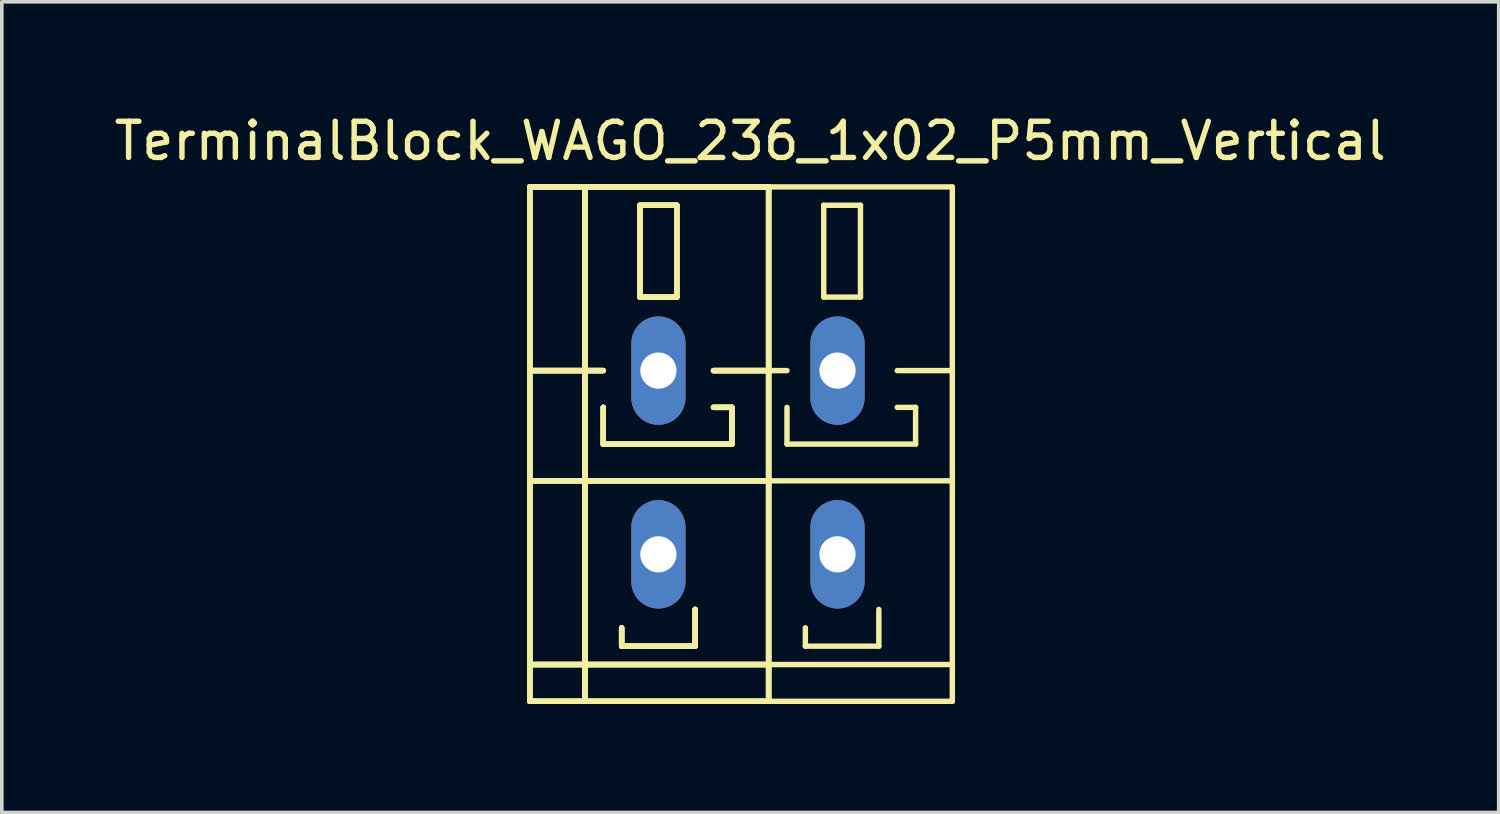
<source format=kicad_pcb>
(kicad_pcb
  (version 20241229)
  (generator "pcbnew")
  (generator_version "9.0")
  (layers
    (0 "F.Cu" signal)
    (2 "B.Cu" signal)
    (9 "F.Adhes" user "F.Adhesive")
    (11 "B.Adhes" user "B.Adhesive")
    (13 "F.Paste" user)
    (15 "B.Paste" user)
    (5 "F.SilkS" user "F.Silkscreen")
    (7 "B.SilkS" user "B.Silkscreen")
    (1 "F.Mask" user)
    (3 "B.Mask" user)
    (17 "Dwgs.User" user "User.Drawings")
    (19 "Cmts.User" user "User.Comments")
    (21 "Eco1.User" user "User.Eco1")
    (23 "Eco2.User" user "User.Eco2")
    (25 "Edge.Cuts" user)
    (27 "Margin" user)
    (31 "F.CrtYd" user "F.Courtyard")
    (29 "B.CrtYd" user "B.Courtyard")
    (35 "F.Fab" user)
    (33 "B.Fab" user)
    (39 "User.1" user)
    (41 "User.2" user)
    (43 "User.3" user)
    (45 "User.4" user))
  (footprint "TerminalBlock_WAGO_236_1x02_P5mm_Vertical"
    (layer "F.Cu")
    (at 17.696 9.738)
    (property "Reference" "TerminalBlock_WAGO_236_1x02_P5mm_Vertical" (at 0 -8.89 0) (layer "F.SilkS") (effects (font (size 1 1) (thickness 0.15))))
    (attr through_hole)
    (fp_line (start -6.096 -7.62) (end -4.572 -7.62) (stroke (width 0.15) (type solid)) (layer "F.SilkS"))
    (fp_line (start -6.096 -7.62) (end -4.572 -7.62) (stroke (width 0.15) (type solid)) (layer "F.SilkS"))
    (fp_line (start -6.096 -7.62) (end -4.572 -7.62) (stroke (width 0.15) (type solid)) (layer "F.SilkS"))
    (fp_line (start -6.096 -7.62) (end -4.572 -7.62) (stroke (width 0.15) (type solid)) (layer "F.SilkS"))
    (fp_line (start -6.096 -2.54) (end -4.064 -2.54) (stroke (width 0.15) (type solid)) (layer "F.SilkS"))
    (fp_line (start -6.096 -2.54) (end -4.064 -2.54) (stroke (width 0.15) (type solid)) (layer "F.SilkS"))
    (fp_line (start -6.096 -2.54) (end -4.064 -2.54) (stroke (width 0.15) (type solid)) (layer "F.SilkS"))
    (fp_line (start -6.096 -2.54) (end -4.064 -2.54) (stroke (width 0.15) (type solid)) (layer "F.SilkS"))
    (fp_line (start -6.096 0.508) (end 0.508 0.508) (stroke (width 0.15) (type solid)) (layer "F.SilkS"))
    (fp_line (start -6.096 0.508) (end 0.508 0.508) (stroke (width 0.15) (type solid)) (layer "F.SilkS"))
    (fp_line (start -6.096 0.508) (end 0.508 0.508) (stroke (width 0.15) (type solid)) (layer "F.SilkS"))
    (fp_line (start -6.096 0.508) (end 0.508 0.508) (stroke (width 0.15) (type solid)) (layer "F.SilkS"))
    (fp_line (start -6.096 5.588) (end 0.508 5.588) (stroke (width 0.15) (type solid)) (layer "F.SilkS"))
    (fp_line (start -6.096 5.588) (end 0.508 5.588) (stroke (width 0.15) (type solid)) (layer "F.SilkS"))
    (fp_line (start -6.096 5.588) (end 0.508 5.588) (stroke (width 0.15) (type solid)) (layer "F.SilkS"))
    (fp_line (start -6.096 5.588) (end 0.508 5.588) (stroke (width 0.15) (type solid)) (layer "F.SilkS"))
    (fp_line (start -6.096 6.604) (end -6.096 -7.62) (stroke (width 0.15) (type solid)) (layer "F.SilkS"))
    (fp_line (start -6.096 6.604) (end -6.096 -7.62) (stroke (width 0.15) (type solid)) (layer "F.SilkS"))
    (fp_line (start -6.096 6.604) (end -6.096 -7.62) (stroke (width 0.15) (type solid)) (layer "F.SilkS"))
    (fp_line (start -6.096 6.604) (end -6.096 -7.62) (stroke (width 0.15) (type solid)) (layer "F.SilkS"))
    (fp_line (start -4.572 -7.62) (end -2.54 -7.62) (stroke (width 0.15) (type solid)) (layer "F.SilkS"))
    (fp_line (start -4.572 -7.62) (end -2.54 -7.62) (stroke (width 0.15) (type solid)) (layer "F.SilkS"))
    (fp_line (start -4.572 -7.62) (end -2.54 -7.62) (stroke (width 0.15) (type solid)) (layer "F.SilkS"))
    (fp_line (start -4.572 -7.62) (end -2.54 -7.62) (stroke (width 0.15) (type solid)) (layer "F.SilkS"))
    (fp_line (start -4.572 6.604) (end -6.096 6.604) (stroke (width 0.15) (type solid)) (layer "F.SilkS"))
    (fp_line (start -4.572 6.604) (end -6.096 6.604) (stroke (width 0.15) (type solid)) (layer "F.SilkS"))
    (fp_line (start -4.572 6.604) (end -6.096 6.604) (stroke (width 0.15) (type solid)) (layer "F.SilkS"))
    (fp_line (start -4.572 6.604) (end -6.096 6.604) (stroke (width 0.15) (type solid)) (layer "F.SilkS"))
    (fp_line (start -4.572 6.604) (end -4.572 -7.62) (stroke (width 0.15) (type solid)) (layer "F.SilkS"))
    (fp_line (start -4.572 6.604) (end -4.572 -7.62) (stroke (width 0.15) (type solid)) (layer "F.SilkS"))
    (fp_line (start -4.572 6.604) (end -4.572 -7.62) (stroke (width 0.15) (type solid)) (layer "F.SilkS"))
    (fp_line (start -4.572 6.604) (end -4.572 -7.62) (stroke (width 0.15) (type solid)) (layer "F.SilkS"))
    (fp_line (start -4.064 -1.524) (end -4.064 -0.508) (stroke (width 0.15) (type solid)) (layer "F.SilkS"))
    (fp_line (start -4.064 -1.524) (end -4.064 -0.508) (stroke (width 0.15) (type solid)) (layer "F.SilkS"))
    (fp_line (start -4.064 -1.524) (end -4.064 -0.508) (stroke (width 0.15) (type solid)) (layer "F.SilkS"))
    (fp_line (start -4.064 -1.524) (end -4.064 -0.508) (stroke (width 0.15) (type solid)) (layer "F.SilkS"))
    (fp_line (start -4.064 -0.508) (end -0.508 -0.508) (stroke (width 0.15) (type solid)) (layer "F.SilkS"))
    (fp_line (start -4.064 -0.508) (end -0.508 -0.508) (stroke (width 0.15) (type solid)) (layer "F.SilkS"))
    (fp_line (start -4.064 -0.508) (end -0.508 -0.508) (stroke (width 0.15) (type solid)) (layer "F.SilkS"))
    (fp_line (start -4.064 -0.508) (end -0.508 -0.508) (stroke (width 0.15) (type solid)) (layer "F.SilkS"))
    (fp_line (start -3.556 4.572) (end -3.556 5.08) (stroke (width 0.15) (type solid)) (layer "F.SilkS"))
    (fp_line (start -3.556 4.572) (end -3.556 5.08) (stroke (width 0.15) (type solid)) (layer "F.SilkS"))
    (fp_line (start -3.556 4.572) (end -3.556 5.08) (stroke (width 0.15) (type solid)) (layer "F.SilkS"))
    (fp_line (start -3.556 4.572) (end -3.556 5.08) (stroke (width 0.15) (type solid)) (layer "F.SilkS"))
    (fp_line (start -3.556 5.08) (end -1.524 5.08) (stroke (width 0.15) (type solid)) (layer "F.SilkS"))
    (fp_line (start -3.556 5.08) (end -1.524 5.08) (stroke (width 0.15) (type solid)) (layer "F.SilkS"))
    (fp_line (start -3.556 5.08) (end -1.524 5.08) (stroke (width 0.15) (type solid)) (layer "F.SilkS"))
    (fp_line (start -3.556 5.08) (end -1.524 5.08) (stroke (width 0.15) (type solid)) (layer "F.SilkS"))
    (fp_line (start -3.048 -7.112) (end -2.032 -7.112) (stroke (width 0.15) (type solid)) (layer "F.SilkS"))
    (fp_line (start -3.048 -7.112) (end -2.032 -7.112) (stroke (width 0.15) (type solid)) (layer "F.SilkS"))
    (fp_line (start -3.048 -7.112) (end -2.032 -7.112) (stroke (width 0.15) (type solid)) (layer "F.SilkS"))
    (fp_line (start -3.048 -7.112) (end -2.032 -7.112) (stroke (width 0.15) (type solid)) (layer "F.SilkS"))
    (fp_line (start -3.048 -4.572) (end -3.048 -7.112) (stroke (width 0.15) (type solid)) (layer "F.SilkS"))
    (fp_line (start -3.048 -4.572) (end -3.048 -7.112) (stroke (width 0.15) (type solid)) (layer "F.SilkS"))
    (fp_line (start -3.048 -4.572) (end -3.048 -7.112) (stroke (width 0.15) (type solid)) (layer "F.SilkS"))
    (fp_line (start -3.048 -4.572) (end -3.048 -7.112) (stroke (width 0.15) (type solid)) (layer "F.SilkS"))
    (fp_line (start -2.54 -7.62) (end 0.508 -7.62) (stroke (width 0.15) (type solid)) (layer "F.SilkS"))
    (fp_line (start -2.54 -7.62) (end 0.508 -7.62) (stroke (width 0.15) (type solid)) (layer "F.SilkS"))
    (fp_line (start -2.54 -7.62) (end 0.508 -7.62) (stroke (width 0.15) (type solid)) (layer "F.SilkS"))
    (fp_line (start -2.54 -7.62) (end 0.508 -7.62) (stroke (width 0.15) (type solid)) (layer "F.SilkS"))
    (fp_line (start -2.032 -7.112) (end -2.032 -4.572) (stroke (width 0.15) (type solid)) (layer "F.SilkS"))
    (fp_line (start -2.032 -7.112) (end -2.032 -4.572) (stroke (width 0.15) (type solid)) (layer "F.SilkS"))
    (fp_line (start -2.032 -7.112) (end -2.032 -4.572) (stroke (width 0.15) (type solid)) (layer "F.SilkS"))
    (fp_line (start -2.032 -7.112) (end -2.032 -4.572) (stroke (width 0.15) (type solid)) (layer "F.SilkS"))
    (fp_line (start -2.032 -4.572) (end -3.048 -4.572) (stroke (width 0.15) (type solid)) (layer "F.SilkS"))
    (fp_line (start -2.032 -4.572) (end -3.048 -4.572) (stroke (width 0.15) (type solid)) (layer "F.SilkS"))
    (fp_line (start -2.032 -4.572) (end -3.048 -4.572) (stroke (width 0.15) (type solid)) (layer "F.SilkS"))
    (fp_line (start -2.032 -4.572) (end -3.048 -4.572) (stroke (width 0.15) (type solid)) (layer "F.SilkS"))
    (fp_line (start -1.524 5.08) (end -1.524 4.064) (stroke (width 0.15) (type solid)) (layer "F.SilkS"))
    (fp_line (start -1.524 5.08) (end -1.524 4.064) (stroke (width 0.15) (type solid)) (layer "F.SilkS"))
    (fp_line (start -1.524 5.08) (end -1.524 4.064) (stroke (width 0.15) (type solid)) (layer "F.SilkS"))
    (fp_line (start -1.524 5.08) (end -1.524 4.064) (stroke (width 0.15) (type solid)) (layer "F.SilkS"))
    (fp_line (start -1.016 -2.54) (end 0.508 -2.54) (stroke (width 0.15) (type solid)) (layer "F.SilkS"))
    (fp_line (start -1.016 -2.54) (end 0.508 -2.54) (stroke (width 0.15) (type solid)) (layer "F.SilkS"))
    (fp_line (start -1.016 -2.54) (end 0.508 -2.54) (stroke (width 0.15) (type solid)) (layer "F.SilkS"))
    (fp_line (start -1.016 -2.54) (end 0.508 -2.54) (stroke (width 0.15) (type solid)) (layer "F.SilkS"))
    (fp_line (start -0.508 -1.524) (end -1.016 -1.524) (stroke (width 0.15) (type solid)) (layer "F.SilkS"))
    (fp_line (start -0.508 -1.524) (end -1.016 -1.524) (stroke (width 0.15) (type solid)) (layer "F.SilkS"))
    (fp_line (start -0.508 -1.524) (end -1.016 -1.524) (stroke (width 0.15) (type solid)) (layer "F.SilkS"))
    (fp_line (start -0.508 -1.524) (end -1.016 -1.524) (stroke (width 0.15) (type solid)) (layer "F.SilkS"))
    (fp_line (start -0.508 -0.508) (end -0.508 -1.524) (stroke (width 0.15) (type solid)) (layer "F.SilkS"))
    (fp_line (start -0.508 -0.508) (end -0.508 -1.524) (stroke (width 0.15) (type solid)) (layer "F.SilkS"))
    (fp_line (start -0.508 -0.508) (end -0.508 -1.524) (stroke (width 0.15) (type solid)) (layer "F.SilkS"))
    (fp_line (start -0.508 -0.508) (end -0.508 -1.524) (stroke (width 0.15) (type solid)) (layer "F.SilkS"))
    (fp_line (start 0.508 -7.62) (end 0.508 6.604) (stroke (width 0.15) (type solid)) (layer "F.SilkS"))
    (fp_line (start 0.508 -7.62) (end 0.508 6.604) (stroke (width 0.15) (type solid)) (layer "F.SilkS"))
    (fp_line (start 0.508 -7.62) (end 0.508 6.604) (stroke (width 0.15) (type solid)) (layer "F.SilkS"))
    (fp_line (start 0.508 -7.62) (end 0.508 6.604) (stroke (width 0.15) (type solid)) (layer "F.SilkS"))
    (fp_line (start 0.508 -2.54) (end 1.016 -2.54) (stroke (width 0.15) (type solid)) (layer "F.SilkS"))
    (fp_line (start 0.508 0.508) (end 5.588 0.508) (stroke (width 0.15) (type solid)) (layer "F.SilkS"))
    (fp_line (start 0.508 5.588) (end 5.588 5.588) (stroke (width 0.15) (type solid)) (layer "F.SilkS"))
    (fp_line (start 0.508 6.604) (end -4.572 6.604) (stroke (width 0.15) (type solid)) (layer "F.SilkS"))
    (fp_line (start 0.508 6.604) (end -4.572 6.604) (stroke (width 0.15) (type solid)) (layer "F.SilkS"))
    (fp_line (start 0.508 6.604) (end -4.572 6.604) (stroke (width 0.15) (type solid)) (layer "F.SilkS"))
    (fp_line (start 0.508 6.604) (end -4.572 6.604) (stroke (width 0.15) (type solid)) (layer "F.SilkS"))
    (fp_line (start 0.508 6.604) (end 5.588 6.604) (stroke (width 0.15) (type solid)) (layer "F.SilkS"))
    (fp_line (start 1.016 -1.524) (end 1.016 -0.508) (stroke (width 0.15) (type solid)) (layer "F.SilkS"))
    (fp_line (start 1.016 -0.508) (end 4.572 -0.508) (stroke (width 0.15) (type solid)) (layer "F.SilkS"))
    (fp_line (start 1.524 4.572) (end 1.524 5.08) (stroke (width 0.15) (type solid)) (layer "F.SilkS"))
    (fp_line (start 1.524 5.08) (end 3.556 5.08) (stroke (width 0.15) (type solid)) (layer "F.SilkS"))
    (fp_line (start 2.032 -7.112) (end 2.032 -4.572) (stroke (width 0.15) (type solid)) (layer "F.SilkS"))
    (fp_line (start 2.032 -4.572) (end 3.048 -4.572) (stroke (width 0.15) (type solid)) (layer "F.SilkS"))
    (fp_line (start 3.048 -7.112) (end 2.032 -7.112) (stroke (width 0.15) (type solid)) (layer "F.SilkS"))
    (fp_line (start 3.048 -4.572) (end 3.048 -7.112) (stroke (width 0.15) (type solid)) (layer "F.SilkS"))
    (fp_line (start 3.556 5.08) (end 3.556 4.064) (stroke (width 0.15) (type solid)) (layer "F.SilkS"))
    (fp_line (start 4.064 -2.54) (end 5.588 -2.54) (stroke (width 0.15) (type solid)) (layer "F.SilkS"))
    (fp_line (start 4.572 -1.524) (end 4.064 -1.524) (stroke (width 0.15) (type solid)) (layer "F.SilkS"))
    (fp_line (start 4.572 -0.508) (end 4.572 -1.524) (stroke (width 0.15) (type solid)) (layer "F.SilkS"))
    (fp_line (start 5.588 -7.62) (end 0.508 -7.62) (stroke (width 0.15) (type solid)) (layer "F.SilkS"))
    (fp_line (start 5.588 6.604) (end 5.588 -7.62) (stroke (width 0.15) (type solid)) (layer "F.SilkS"))
    (pad "1" thru_hole oval (at -2.54 -2.54 90) (size 3 1.501) (drill 1.001) (layers "*.Cu" "*.Mask"))
    (pad "1" thru_hole oval (at -2.54 2.54 90) (size 3 1.501) (drill 1.001) (layers "*.Cu" "*.Mask"))
    (pad "2" thru_hole oval (at 2.413 -2.54 90) (size 3 1.501) (drill 1.001) (layers "*.Cu" "*.Mask"))
    (pad "2" thru_hole oval (at 2.413 2.54 90) (size 3 1.501) (drill 1.001) (layers "*.Cu" "*.Mask")))
  (gr_rect
    (start -3 -3)
    (end 38.393 19.417)
    (stroke (width 0.1) (type default))
    (fill no)
    (layer "Edge.Cuts")))
</source>
